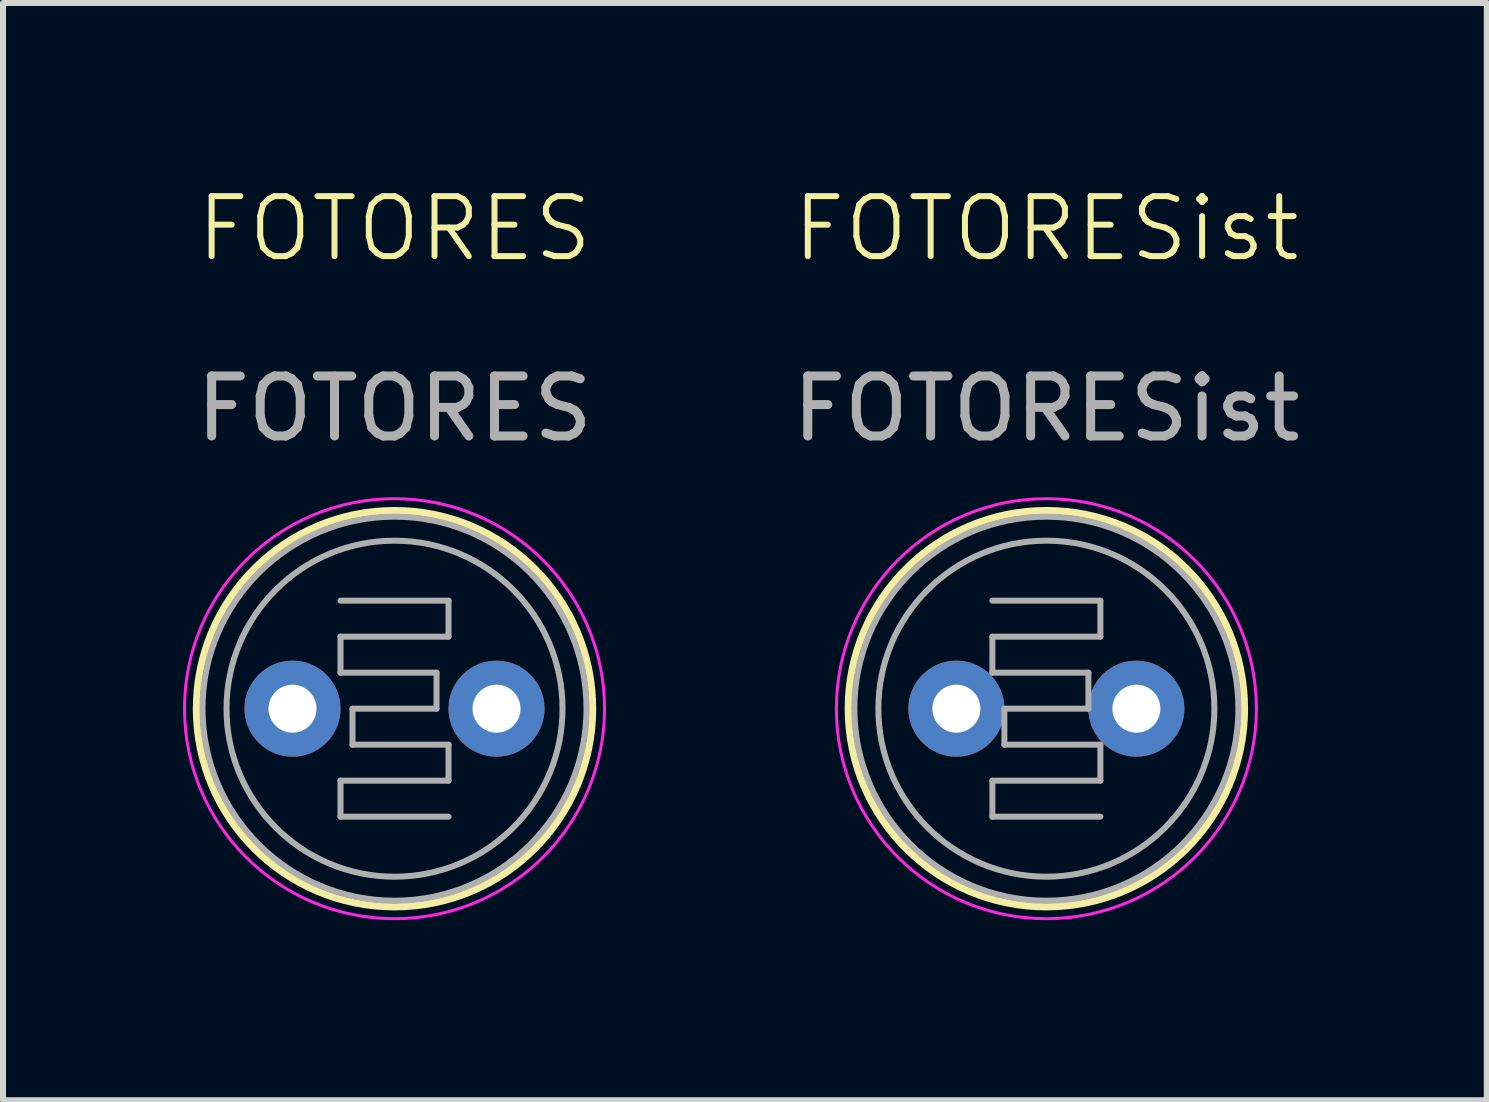
<source format=kicad_pcb>
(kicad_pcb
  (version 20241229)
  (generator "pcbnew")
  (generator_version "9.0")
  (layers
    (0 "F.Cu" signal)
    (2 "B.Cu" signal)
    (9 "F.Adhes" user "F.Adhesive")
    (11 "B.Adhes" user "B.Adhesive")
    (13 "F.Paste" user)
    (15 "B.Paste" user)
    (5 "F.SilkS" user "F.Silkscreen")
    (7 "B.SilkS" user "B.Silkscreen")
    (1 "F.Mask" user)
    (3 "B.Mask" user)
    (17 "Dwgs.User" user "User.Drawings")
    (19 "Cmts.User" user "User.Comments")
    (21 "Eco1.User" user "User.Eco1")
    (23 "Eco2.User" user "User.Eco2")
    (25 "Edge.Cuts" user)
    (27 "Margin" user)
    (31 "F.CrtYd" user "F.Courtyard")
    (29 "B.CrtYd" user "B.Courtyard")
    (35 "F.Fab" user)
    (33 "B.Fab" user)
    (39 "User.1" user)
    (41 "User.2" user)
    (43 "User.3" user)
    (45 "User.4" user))
  (footprint "FOTORESist"
    (layer "F.Cu")
    (at 14.389 8.761)
    (property "Reference" "FOTORESist" (at 0 -8 0) (unlocked yes) (layer "F.SilkS") (effects (font (size 1 1) (thickness 0.1))))
    (attr through_hole)
    (fp_circle (center 0 0) (end 3.3 -0.1) (stroke (width 0.12) (type solid)) (fill no) (layer "F.SilkS"))
    (fp_circle (center 0 0) (end 3.5 0) (stroke (width 0.05) (type solid)) (fill no) (layer "F.CrtYd"))
    (fp_line (start -0.9 -1.8) (end 0.9 -1.8) (stroke (width 0.1) (type solid)) (layer "F.Fab"))
    (fp_line (start -0.9 -1.2) (end -0.9 -0.6) (stroke (width 0.1) (type solid)) (layer "F.Fab"))
    (fp_line (start -0.9 1.2) (end -0.9 1.8) (stroke (width 0.1) (type solid)) (layer "F.Fab"))
    (fp_line (start -0.9 1.8) (end 0.9 1.8) (stroke (width 0.1) (type solid)) (layer "F.Fab"))
    (fp_line (start -0.7 0) (end 0.7 0) (stroke (width 0.1) (type solid)) (layer "F.Fab"))
    (fp_line (start -0.7 0.6) (end -0.7 0) (stroke (width 0.1) (type solid)) (layer "F.Fab"))
    (fp_line (start 0.7 -0.6) (end -0.9 -0.6) (stroke (width 0.1) (type solid)) (layer "F.Fab"))
    (fp_line (start 0.7 0) (end 0.7 -0.6) (stroke (width 0.1) (type solid)) (layer "F.Fab"))
    (fp_line (start 0.9 -1.8) (end 0.9 -1.2) (stroke (width 0.1) (type solid)) (layer "F.Fab"))
    (fp_line (start 0.9 -1.2) (end -0.9 -1.2) (stroke (width 0.1) (type solid)) (layer "F.Fab"))
    (fp_line (start 0.9 0.6) (end -0.7 0.6) (stroke (width 0.1) (type solid)) (layer "F.Fab"))
    (fp_line (start 0.9 0.6) (end 0.9 1.2) (stroke (width 0.1) (type solid)) (layer "F.Fab"))
    (fp_line (start 0.9 1.2) (end -0.9 1.2) (stroke (width 0.1) (type solid)) (layer "F.Fab"))
    (fp_circle (center 0 0) (end 2.8 0) (stroke (width 0.1) (type solid)) (fill no) (layer "F.Fab"))
    (fp_circle (center 0 0) (end 3.2 0) (stroke (width 0.1) (type solid)) (fill no) (layer "F.Fab"))
    (fp_text user "${REFERENCE}" (at 0 -5 0) (unlocked yes) (layer "F.Fab") (effects (font (size 1 1) (thickness 0.15))))
    (pad "1" thru_hole circle (at -1.5 0) (size 1.6 1.6) (drill 0.8) (layers "*.Cu" "*.Mask"))
    (pad "2" thru_hole circle (at 1.5 0) (size 1.6 1.6) (drill 0.8) (layers "*.Cu" "*.Mask")))
  (footprint "FOTORES"
    (layer "F.Cu")
    (at 3.525 8.761)
    (property "Reference" "FOTORES" (at 0 -8 0) (unlocked yes) (layer "F.SilkS") (effects (font (size 1 1) (thickness 0.1))))
    (attr through_hole)
    (fp_circle (center 0 0) (end 3.3 -0.1) (stroke (width 0.12) (type solid)) (fill no) (layer "F.SilkS"))
    (fp_circle (center 0 0) (end 3.5 0) (stroke (width 0.05) (type solid)) (fill no) (layer "F.CrtYd"))
    (fp_line (start -0.9 -1.8) (end 0.9 -1.8) (stroke (width 0.1) (type solid)) (layer "F.Fab"))
    (fp_line (start -0.9 -1.2) (end -0.9 -0.6) (stroke (width 0.1) (type solid)) (layer "F.Fab"))
    (fp_line (start -0.9 1.2) (end -0.9 1.8) (stroke (width 0.1) (type solid)) (layer "F.Fab"))
    (fp_line (start -0.9 1.8) (end 0.9 1.8) (stroke (width 0.1) (type solid)) (layer "F.Fab"))
    (fp_line (start -0.7 0) (end 0.7 0) (stroke (width 0.1) (type solid)) (layer "F.Fab"))
    (fp_line (start -0.7 0.6) (end -0.7 0) (stroke (width 0.1) (type solid)) (layer "F.Fab"))
    (fp_line (start 0.7 -0.6) (end -0.9 -0.6) (stroke (width 0.1) (type solid)) (layer "F.Fab"))
    (fp_line (start 0.7 0) (end 0.7 -0.6) (stroke (width 0.1) (type solid)) (layer "F.Fab"))
    (fp_line (start 0.9 -1.8) (end 0.9 -1.2) (stroke (width 0.1) (type solid)) (layer "F.Fab"))
    (fp_line (start 0.9 -1.2) (end -0.9 -1.2) (stroke (width 0.1) (type solid)) (layer "F.Fab"))
    (fp_line (start 0.9 0.6) (end -0.7 0.6) (stroke (width 0.1) (type solid)) (layer "F.Fab"))
    (fp_line (start 0.9 0.6) (end 0.9 1.2) (stroke (width 0.1) (type solid)) (layer "F.Fab"))
    (fp_line (start 0.9 1.2) (end -0.9 1.2) (stroke (width 0.1) (type solid)) (layer "F.Fab"))
    (fp_circle (center 0 0) (end 2.8 0) (stroke (width 0.1) (type solid)) (fill no) (layer "F.Fab"))
    (fp_circle (center 0 0) (end 3.2 0) (stroke (width 0.1) (type solid)) (fill no) (layer "F.Fab"))
    (fp_text user "${REFERENCE}" (at 0 -5 0) (unlocked yes) (layer "F.Fab") (effects (font (size 1 1) (thickness 0.15))))
    (pad "1" thru_hole circle (at -1.7 0) (size 1.6 1.6) (drill 0.8) (layers "*.Cu" "*.Mask"))
    (pad "2" thru_hole circle (at 1.7 0) (size 1.6 1.6) (drill 0.8) (layers "*.Cu" "*.Mask")))
  (gr_rect
    (start -3 -3)
    (end 21.729 15.286)
    (stroke (width 0.1) (type default))
    (fill no)
    (layer "Edge.Cuts")))
</source>
